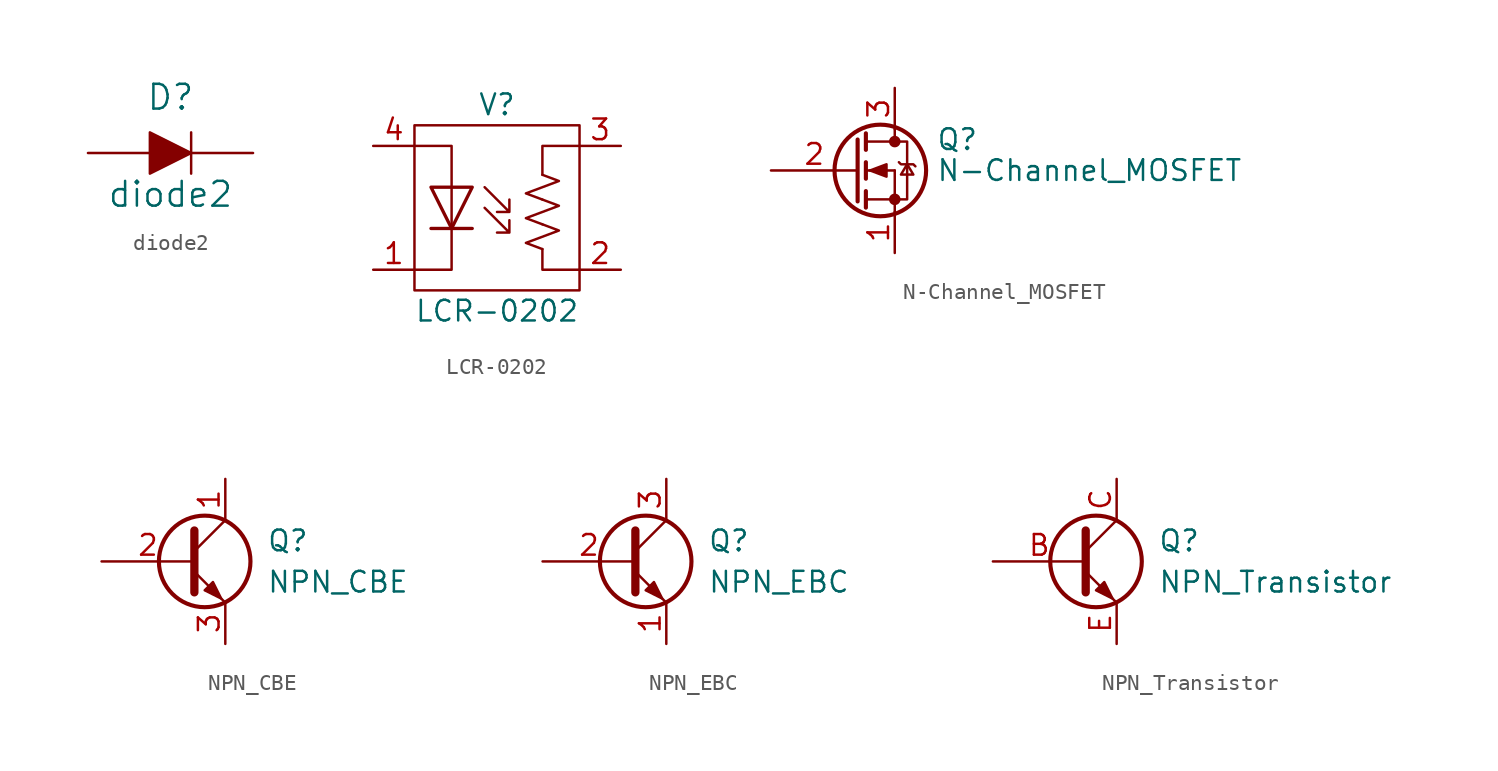
<source format=kicad_sym>
(kicad_symbol_lib
  (version 20211014)
  (generator kicad_symbol_editor)
  (symbol "diode2"
    (pin_numbers hide)
    (pin_names
      (offset 0) hide)
    (property "Reference" "D"
      (at 0 2.54 0)
      (effects (font (size 1.524 1.524)) (justify bottom)))
    (property "Value" "diode2"
      (at 0 -2.54 0)
      (effects (font (size 1.524 1.524))))
    (symbol "diode2_0_1"
      (polyline (pts (xy 1.27 1.27) (xy 1.27 -1.27)) (stroke (width 0) (type default) (color 0 0 0 0)) (fill (type none)))
      (polyline (pts (xy -1.27 1.27) (xy -1.27 -1.27) (xy 1.27 0) (xy -1.27 1.27)) (stroke (width 0) (type default) (color 0 0 0 0)) (fill (type outline))))
    (symbol "diode2_1_1"
      (pin passive line (at -5.08 0 0) (length 3.81) (name "A" (effects (font (size 1.27 1.27)))) (number "A" (effects (font (size 1.27 1.27)))))
      (pin passive line (at 5.08 0 180) (length 3.81) (name "K" (effects (font (size 1.27 1.27)))) (number "K" (effects (font (size 1.27 1.27)))))))
  (symbol "LCR-0202"
    (pin_names
      (offset 1.016))
    (property "Reference" "V"
      (at 0 6.35 0)
      (effects (font (size 1.27 1.27))))
    (property "Value" "LCR-0202"
      (at 0 -6.35 0)
      (effects (font (size 1.27 1.27))))
    (symbol "LCR-0202_0_0"
      (pin passive line (at 7.62 -3.81 180) (length 2.54) (name "~" (effects (font (size 1.27 1.27)))) (number "2" (effects (font (size 1.27 1.27)))))
      (pin passive line (at 7.62 3.81 180) (length 2.54) (name "~" (effects (font (size 1.27 1.27)))) (number "3" (effects (font (size 1.27 1.27))))))
    (symbol "LCR-0202_0_1"
      (rectangle (start -5.08 5.08) (end 5.08 -5.08) (stroke (width 0) (type default) (color 0 0 0 0)) (fill (type none)))
      (polyline (pts (xy -5.08 -3.81) (xy -2.794 -3.81) (xy -2.794 -1.27)) (stroke (width 0) (type default) (color 0 0 0 0)) (fill (type none)))
      (polyline (pts (xy -5.08 3.81) (xy -2.794 3.81) (xy -2.794 1.27)) (stroke (width 0) (type default) (color 0 0 0 0)) (fill (type none)))
      (polyline (pts (xy 2.794 -2.54) (xy 2.794 -3.81) (xy 5.08 -3.81)) (stroke (width 0) (type default) (color 0 0 0 0)) (fill (type none)))
      (polyline (pts (xy 2.794 2.032) (xy 2.794 3.81) (xy 5.08 3.81)) (stroke (width 0) (type default) (color 0 0 0 0)) (fill (type none))))
    (symbol "LCR-0202_1_1"
      (polyline (pts (xy -2.794 -1.27) (xy -2.794 1.27)) (stroke (width 0) (type default) (color 0 0 0 0)) (fill (type none)))
      (polyline (pts (xy -1.524 -1.27) (xy -4.064 -1.27)) (stroke (width 0.203) (type default) (color 0 0 0 0)) (fill (type none)))
      (polyline (pts (xy -1.524 1.27) (xy -4.064 1.27) (xy -2.794 -1.27) (xy -1.524 1.27)) (stroke (width 0.203) (type default) (color 0 0 0 0)) (fill (type none)))
      (polyline (pts (xy -0.762 0) (xy 0.762 -1.524) (xy 0.762 -0.762) (xy 0.762 -1.524) (xy 0 -1.524)) (stroke (width 0) (type default) (color 0 0 0 0)) (fill (type none)))
      (polyline (pts (xy -0.762 1.27) (xy 0.762 -0.254) (xy 0.762 0.508) (xy 0.762 -0.254) (xy 0 -0.254)) (stroke (width 0) (type default) (color 0 0 0 0)) (fill (type none)))
      (polyline (pts (xy 2.794 -2.54) (xy 1.778 -2.159) (xy 2.794 -1.778) (xy 3.81 -1.397) (xy 2.794 -1.016)) (stroke (width 0) (type default) (color 0 0 0 0)) (fill (type none)))
      (polyline (pts (xy 2.794 -1.016) (xy 1.778 -0.635) (xy 2.794 -0.254) (xy 3.81 0.127) (xy 2.794 0.508)) (stroke (width 0) (type default) (color 0 0 0 0)) (fill (type none)))
      (polyline (pts (xy 2.794 0.508) (xy 1.778 0.889) (xy 2.794 1.27) (xy 3.81 1.651) (xy 2.794 2.032)) (stroke (width 0) (type default) (color 0 0 0 0)) (fill (type none)))
      (pin passive line (at -7.62 -3.81 0) (length 2.54) (name "~" (effects (font (size 1.27 1.27)))) (number "1" (effects (font (size 1.27 1.27)))))
      (pin passive line (at -7.62 3.81 0) (length 2.54) (name "~" (effects (font (size 1.27 1.27)))) (number "4" (effects (font (size 1.27 1.27)))))))
  (symbol "N-Channel_MOSFET"
    (pin_names
      (offset 0) hide)
    (property "Reference" "Q"
      (at 5.08 1.905 0)
      (effects (font (size 1.27 1.27)) (justify left)))
    (property "Value" "N-Channel_MOSFET"
      (at 5.08 0 0)
      (effects (font (size 1.27 1.27)) (justify left)))
    (symbol "N-Channel_MOSFET_0_1"
      (polyline (pts (xy 0.762 -1.778) (xy 2.54 -1.778)) (stroke (width 0) (type default) (color 0 0 0 0)) (fill (type none)))
      (polyline (pts (xy 0.762 -1.27) (xy 0.762 -2.286)) (stroke (width 0.254) (type default) (color 0 0 0 0)) (fill (type none)))
      (polyline (pts (xy 0.762 0) (xy 2.54 0)) (stroke (width 0) (type default) (color 0 0 0 0)) (fill (type none)))
      (polyline (pts (xy 0.762 0.508) (xy 0.762 -0.508)) (stroke (width 0.254) (type default) (color 0 0 0 0)) (fill (type none)))
      (polyline (pts (xy 0.762 1.778) (xy 2.54 1.778)) (stroke (width 0) (type default) (color 0 0 0 0)) (fill (type none)))
      (polyline (pts (xy 0.762 2.286) (xy 0.762 1.27)) (stroke (width 0.254) (type default) (color 0 0 0 0)) (fill (type none)))
      (polyline (pts (xy 2.54 -1.778) (xy 2.54 -2.54)) (stroke (width 0) (type default) (color 0 0 0 0)) (fill (type none)))
      (polyline (pts (xy 2.54 -1.778) (xy 2.54 0)) (stroke (width 0) (type default) (color 0 0 0 0)) (fill (type none)))
      (polyline (pts (xy 2.54 2.54) (xy 2.54 1.778)) (stroke (width 0) (type default) (color 0 0 0 0)) (fill (type none)))
      (polyline (pts (xy 0.254 1.905) (xy 0.254 -1.905) (xy 0.254 -1.905)) (stroke (width 0.254) (type default) (color 0 0 0 0)) (fill (type none)))
      (polyline (pts (xy 1.016 0) (xy 2.032 0.381) (xy 2.032 -0.381) (xy 1.016 0)) (stroke (width 0) (type default) (color 0 0 0 0)) (fill (type outline)))
      (polyline (pts (xy 2.54 -1.778) (xy 3.302 -1.778) (xy 3.302 1.778) (xy 2.54 1.778)) (stroke (width 0) (type default) (color 0 0 0 0)) (fill (type none)))
      (polyline (pts (xy 2.794 0.508) (xy 2.921 0.381) (xy 3.683 0.381) (xy 3.81 0.254)) (stroke (width 0) (type default) (color 0 0 0 0)) (fill (type none)))
      (polyline (pts (xy 3.302 0.381) (xy 2.921 -0.254) (xy 3.683 -0.254) (xy 3.302 0.381)) (stroke (width 0) (type default) (color 0 0 0 0)) (fill (type none)))
      (circle (center 1.651 0) (radius 2.819) (stroke (width 0.254) (type default) (color 0 0 0 0)) (fill (type none)))
      (circle (center 2.54 -1.778) (radius 0.279) (stroke (width 0) (type default) (color 0 0 0 0)) (fill (type outline)))
      (circle (center 2.54 1.778) (radius 0.279) (stroke (width 0) (type default) (color 0 0 0 0)) (fill (type outline))))
    (symbol "N-Channel_MOSFET_1_1"
      (pin passive line (at 2.54 -5.08 90) (length 2.54) (name "S" (effects (font (size 1.27 1.27)))) (number "1" (effects (font (size 1.27 1.27)))))
      (pin input line (at -5.08 0 0) (length 5.334) (name "G" (effects (font (size 1.27 1.27)))) (number "2" (effects (font (size 1.27 1.27)))))
      (pin passive line (at 2.54 5.08 270) (length 2.54) (name "D" (effects (font (size 1.27 1.27)))) (number "3" (effects (font (size 1.27 1.27)))))))
  (symbol "NPN_CBE"
    (pin_names
      (offset 0) hide)
    (property "Reference" "Q"
      (at 5.08 1.27 0)
      (effects (font (size 1.27 1.27)) (justify left)))
    (property "Value" "NPN_CBE"
      (at 5.08 -1.27 0)
      (effects (font (size 1.27 1.27)) (justify left)))
    (symbol "NPN_CBE_0_1"
      (polyline (pts (xy 0.635 0.635) (xy 2.54 2.54)) (stroke (width 0) (type default) (color 0 0 0 0)) (fill (type none)))
      (polyline (pts (xy 0.635 -0.635) (xy 2.54 -2.54) (xy 2.54 -2.54)) (stroke (width 0) (type default) (color 0 0 0 0)) (fill (type none)))
      (polyline (pts (xy 0.635 1.905) (xy 0.635 -1.905) (xy 0.635 -1.905)) (stroke (width 0.508) (type default) (color 0 0 0 0)) (fill (type none)))
      (polyline (pts (xy 1.27 -1.778) (xy 1.778 -1.27) (xy 2.286 -2.286) (xy 1.27 -1.778) (xy 1.27 -1.778)) (stroke (width 0) (type default) (color 0 0 0 0)) (fill (type outline)))
      (circle (center 1.27 0) (radius 2.819) (stroke (width 0.254) (type default) (color 0 0 0 0)) (fill (type none))))
    (symbol "NPN_CBE_1_1"
      (pin passive line (at 2.54 5.08 270) (length 2.54) (name "C" (effects (font (size 1.27 1.27)))) (number "1" (effects (font (size 1.27 1.27)))))
      (pin input line (at -5.08 0 0) (length 5.715) (name "B" (effects (font (size 1.27 1.27)))) (number "2" (effects (font (size 1.27 1.27)))))
      (pin passive line (at 2.54 -5.08 90) (length 2.54) (name "E" (effects (font (size 1.27 1.27)))) (number "3" (effects (font (size 1.27 1.27)))))))
  (symbol "NPN_EBC"
    (pin_names
      (offset 0) hide)
    (property "Reference" "Q"
      (at 5.08 1.27 0)
      (effects (font (size 1.27 1.27)) (justify left)))
    (property "Value" "NPN_EBC"
      (at 5.08 -1.27 0)
      (effects (font (size 1.27 1.27)) (justify left)))
    (symbol "NPN_EBC_0_1"
      (polyline (pts (xy 0.635 0.635) (xy 2.54 2.54)) (stroke (width 0) (type default) (color 0 0 0 0)) (fill (type none)))
      (polyline (pts (xy 0.635 -0.635) (xy 2.54 -2.54) (xy 2.54 -2.54)) (stroke (width 0) (type default) (color 0 0 0 0)) (fill (type none)))
      (polyline (pts (xy 0.635 1.905) (xy 0.635 -1.905) (xy 0.635 -1.905)) (stroke (width 0.508) (type default) (color 0 0 0 0)) (fill (type none)))
      (polyline (pts (xy 1.27 -1.778) (xy 1.778 -1.27) (xy 2.286 -2.286) (xy 1.27 -1.778) (xy 1.27 -1.778)) (stroke (width 0) (type default) (color 0 0 0 0)) (fill (type outline)))
      (circle (center 1.27 0) (radius 2.819) (stroke (width 0.254) (type default) (color 0 0 0 0)) (fill (type none))))
    (symbol "NPN_EBC_1_1"
      (pin passive line (at 2.54 -5.08 90) (length 2.54) (name "E" (effects (font (size 1.27 1.27)))) (number "1" (effects (font (size 1.27 1.27)))))
      (pin passive line (at -5.08 0 0) (length 5.715) (name "B" (effects (font (size 1.27 1.27)))) (number "2" (effects (font (size 1.27 1.27)))))
      (pin passive line (at 2.54 5.08 270) (length 2.54) (name "C" (effects (font (size 1.27 1.27)))) (number "3" (effects (font (size 1.27 1.27)))))))
  (symbol "NPN_Transistor"
    (pin_names
      (offset 0) hide)
    (property "Reference" "Q"
      (at 5.08 1.27 0)
      (effects (font (size 1.27 1.27)) (justify left)))
    (property "Value" "NPN_Transistor"
      (at 5.08 -1.27 0)
      (effects (font (size 1.27 1.27)) (justify left)))
    (symbol "NPN_Transistor_0_1"
      (polyline (pts (xy 0.635 0.635) (xy 2.54 2.54)) (stroke (width 0) (type default) (color 0 0 0 0)) (fill (type none)))
      (polyline (pts (xy 0.635 -0.635) (xy 2.54 -2.54) (xy 2.54 -2.54)) (stroke (width 0) (type default) (color 0 0 0 0)) (fill (type none)))
      (polyline (pts (xy 0.635 1.905) (xy 0.635 -1.905) (xy 0.635 -1.905)) (stroke (width 0.508) (type default) (color 0 0 0 0)) (fill (type none)))
      (polyline (pts (xy 1.27 -1.778) (xy 1.778 -1.27) (xy 2.286 -2.286) (xy 1.27 -1.778) (xy 1.27 -1.778)) (stroke (width 0) (type default) (color 0 0 0 0)) (fill (type outline)))
      (circle (center 1.27 0) (radius 2.819) (stroke (width 0.254) (type default) (color 0 0 0 0)) (fill (type none))))
    (symbol "NPN_Transistor_1_1"
      (pin input line (at -5.08 0 0) (length 5.715) (name "B" (effects (font (size 1.27 1.27)))) (number "B" (effects (font (size 1.27 1.27)))))
      (pin passive line (at 2.54 5.08 270) (length 2.54) (name "C" (effects (font (size 1.27 1.27)))) (number "C" (effects (font (size 1.27 1.27)))))
      (pin passive line (at 2.54 -5.08 90) (length 2.54) (name "E" (effects (font (size 1.27 1.27)))) (number "E" (effects (font (size 1.27 1.27))))))))
</source>
